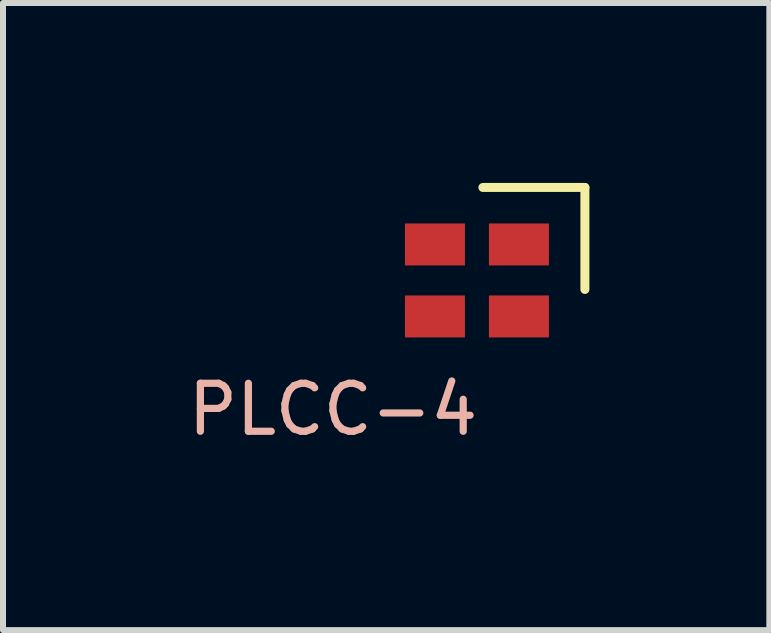
<source format=kicad_pcb>
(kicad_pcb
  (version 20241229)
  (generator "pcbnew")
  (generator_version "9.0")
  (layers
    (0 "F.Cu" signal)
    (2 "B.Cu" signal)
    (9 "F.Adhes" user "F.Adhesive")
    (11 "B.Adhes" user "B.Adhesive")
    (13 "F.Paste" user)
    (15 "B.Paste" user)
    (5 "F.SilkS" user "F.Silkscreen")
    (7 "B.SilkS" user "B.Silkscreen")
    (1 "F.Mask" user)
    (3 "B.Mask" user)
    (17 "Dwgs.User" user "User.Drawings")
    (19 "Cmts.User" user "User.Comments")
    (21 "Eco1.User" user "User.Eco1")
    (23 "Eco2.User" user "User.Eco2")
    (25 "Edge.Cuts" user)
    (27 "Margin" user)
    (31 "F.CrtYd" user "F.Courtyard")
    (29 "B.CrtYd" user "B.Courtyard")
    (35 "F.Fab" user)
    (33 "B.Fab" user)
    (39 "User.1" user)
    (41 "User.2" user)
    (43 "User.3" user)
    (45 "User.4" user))
  (footprint "PLCC-4"
    (layer "F.Cu")
    (at 4.9 1.625)
    (property "Reference" "PLCC-4" (at -2.4 2.15 0) (layer "B.SilkS") (effects (font (size 0.8 0.8) (thickness 0.12))))
    (attr smd)
    (fp_line (start 1.8 -1.55) (end 0.1 -1.55) (stroke (width 0.15) (type solid)) (layer "F.SilkS"))
    (fp_line (start 1.8 -1.55) (end 1.8 0.15) (stroke (width 0.15) (type solid)) (layer "F.SilkS"))
    (pad "1" smd rect (at 0.7 -0.6) (size 1 0.7) (layers "F.Cu" "F.Mask" "F.Paste"))
    (pad "2" smd rect (at -0.7 -0.6) (size 1 0.7) (layers "F.Cu" "F.Mask" "F.Paste"))
    (pad "3" smd rect (at -0.7 0.6) (size 1 0.7) (layers "F.Cu" "F.Mask" "F.Paste"))
    (pad "4" smd rect (at 0.7 0.6) (size 1 0.7) (layers "F.Cu" "F.Mask" "F.Paste")))
  (gr_rect
    (start -3 -3)
    (end 9.775 7.454)
    (stroke (width 0.1) (type default))
    (fill no)
    (layer "Edge.Cuts")))
</source>
